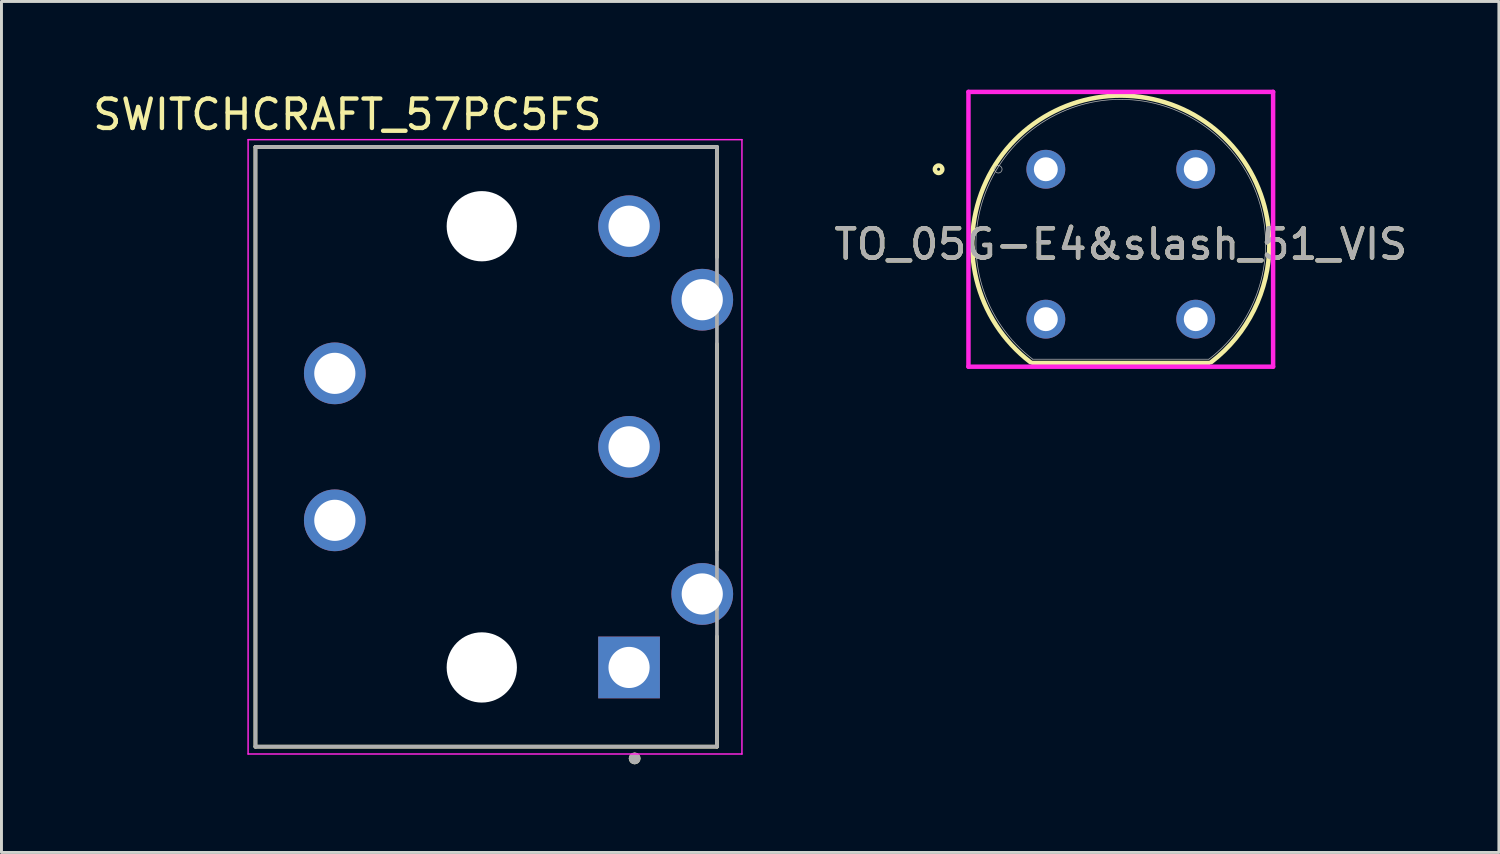
<source format=kicad_pcb>
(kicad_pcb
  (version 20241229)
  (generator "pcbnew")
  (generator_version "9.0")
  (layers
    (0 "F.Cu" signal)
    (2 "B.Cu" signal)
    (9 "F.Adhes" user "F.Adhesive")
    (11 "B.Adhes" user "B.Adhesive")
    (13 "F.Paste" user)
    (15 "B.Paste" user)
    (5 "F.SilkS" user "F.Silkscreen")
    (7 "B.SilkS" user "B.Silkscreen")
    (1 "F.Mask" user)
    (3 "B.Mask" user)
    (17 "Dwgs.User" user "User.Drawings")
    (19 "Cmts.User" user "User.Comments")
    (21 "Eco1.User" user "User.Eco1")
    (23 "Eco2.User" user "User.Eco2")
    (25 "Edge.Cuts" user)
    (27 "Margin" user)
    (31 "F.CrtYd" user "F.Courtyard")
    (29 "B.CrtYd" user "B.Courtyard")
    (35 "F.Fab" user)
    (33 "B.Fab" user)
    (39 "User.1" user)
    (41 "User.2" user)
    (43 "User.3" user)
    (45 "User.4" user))
  (footprint "TO_05G-E4&slash_51_VIS"
    (layer "F.Cu")
    (at 32.528 2.708)
    (property "Reference" "TO_05G-E4&slash_51_VIS" (at 2.55 2.55 0) (unlocked yes) (layer "F.SilkS") (effects (font (size 1 1) (thickness 0.15))))
    (attr through_hole)
    (fp_line (start -0.447 6.589) (end 5.547 6.589) (stroke (width 0.152) (type solid)) (layer "F.SilkS"))
    (fp_arc (start -0.523967 6.562419) (mid 0.31272 -1.982484) (end 7.604633 2.55) (stroke (width 0.1524) (type solid)) (layer "F.SilkS"))
    (fp_arc (start 7.604633 2.55) (mid 7.082519 4.787309) (end 5.62404 6.562413) (stroke (width 0.1524) (type solid)) (layer "F.SilkS"))
    (fp_circle (center -3.648 0) (end -3.521 0) (stroke (width 0.152) (type solid)) (fill no) (layer "F.SilkS"))
    (fp_line (start -2.632 -2.632) (end 7.732 -2.632) (stroke (width 0.152) (type solid)) (layer "F.CrtYd"))
    (fp_line (start -2.632 6.716) (end -2.632 -2.632) (stroke (width 0.152) (type solid)) (layer "F.CrtYd"))
    (fp_line (start 7.732 -2.632) (end 7.732 6.716) (stroke (width 0.152) (type solid)) (layer "F.CrtYd"))
    (fp_line (start 7.732 6.716) (end -2.632 6.716) (stroke (width 0.152) (type solid)) (layer "F.CrtYd"))
    (fp_line (start -0.447 6.462) (end 5.547 6.462) (stroke (width 0.025) (type solid)) (layer "F.Fab"))
    (fp_line (start -0.254 0) (end 0.254 0) (stroke (width 0.152) (type solid)) (layer "F.Fab"))
    (fp_line (start 0 0.254) (end 0 -0.254) (stroke (width 0.152) (type solid)) (layer "F.Fab"))
    (fp_arc (start -0.446732 6.461603) (mid 2.550031 -2.3776) (end 5.546802 6.461601) (stroke (width 0.0254) (type solid)) (layer "F.Fab"))
    (fp_circle (center -1.616 0) (end -1.489 0) (stroke (width 0.025) (type solid)) (fill no) (layer "F.Fab"))
    (fp_text user "${REFERENCE}" (at 2.55 2.55 0) (unlocked yes) (layer "F.Fab") (effects (font (size 1 1) (thickness 0.15))))
    (pad "1" thru_hole circle (at 0 0) (size 1.321 1.321) (drill 0.813) (layers "*.Cu" "*.Mask"))
    (pad "2" thru_hole circle (at 5.1 0) (size 1.321 1.321) (drill 0.813) (layers "*.Cu" "*.Mask"))
    (pad "3" thru_hole circle (at 0 5.1) (size 1.321 1.321) (drill 0.813) (layers "*.Cu" "*.Mask"))
    (pad "4" thru_hole circle (at 5.1 5.1) (size 1.321 1.321) (drill 0.813) (layers "*.Cu" "*.Mask")))
  (footprint "SWITCHCRAFT_57PC5FS"
    (layer "F.Cu")
    (at 13.34 12.151)
    (property "Reference" "SWITCHCRAFT_57PC5FS" (at -4.572 -11.303 0) (layer "F.SilkS") (effects (font (size 1 1) (thickness 0.15))))
    (attr through_hole)
    (fp_circle (center 0 -7.505) (end 0.725 -7.505) (stroke (width 1.449) (type solid)) (fill no) (layer "F.Mask"))
    (fp_circle (center 0 7.505) (end 0.725 7.505) (stroke (width 1.449) (type solid)) (fill no) (layer "F.Mask"))
    (fp_circle (center 0 -7.505) (end 0.725 -7.505) (stroke (width 1.449) (type solid)) (fill no) (layer "B.Mask"))
    (fp_circle (center 0 7.505) (end 0.725 7.505) (stroke (width 1.449) (type solid)) (fill no) (layer "B.Mask"))
    (fp_line (start -7.7 -10.2) (end 8 -10.2) (stroke (width 0.127) (type solid)) (layer "F.SilkS"))
    (fp_line (start -7.7 10.2) (end -7.7 -10.2) (stroke (width 0.127) (type solid)) (layer "F.SilkS"))
    (fp_line (start 8 -10.2) (end 8 -6.45) (stroke (width 0.127) (type solid)) (layer "F.SilkS"))
    (fp_line (start 8 -3.5) (end 8 3.5) (stroke (width 0.127) (type solid)) (layer "F.SilkS"))
    (fp_line (start 8 6.45) (end 8 10.2) (stroke (width 0.127) (type solid)) (layer "F.SilkS"))
    (fp_line (start 8 10.2) (end -7.7 10.2) (stroke (width 0.127) (type solid)) (layer "F.SilkS"))
    (fp_circle (center 5.2 10.6) (end 5.3 10.6) (stroke (width 0.2) (type solid)) (fill no) (layer "F.SilkS"))
    (fp_line (start -7.95 -10.45) (end 8.85 -10.45) (stroke (width 0.05) (type solid)) (layer "F.CrtYd"))
    (fp_line (start -7.95 10.45) (end -7.95 -10.45) (stroke (width 0.05) (type solid)) (layer "F.CrtYd"))
    (fp_line (start 8.85 -10.45) (end 8.85 10.45) (stroke (width 0.05) (type solid)) (layer "F.CrtYd"))
    (fp_line (start 8.85 10.45) (end -7.95 10.45) (stroke (width 0.05) (type solid)) (layer "F.CrtYd"))
    (fp_line (start -7.7 -10.2) (end 8 -10.2) (stroke (width 0.127) (type solid)) (layer "F.Fab"))
    (fp_line (start -7.7 10.2) (end -7.7 -10.2) (stroke (width 0.127) (type solid)) (layer "F.Fab"))
    (fp_line (start 8 -10.2) (end 8 10.2) (stroke (width 0.127) (type solid)) (layer "F.Fab"))
    (fp_line (start 8 10.2) (end -7.7 10.2) (stroke (width 0.127) (type solid)) (layer "F.Fab"))
    (fp_circle (center 5.2 10.6) (end 5.3 10.6) (stroke (width 0.2) (type solid)) (fill no) (layer "F.Fab"))
    (pad "" np_thru_hole circle (at 0 -7.505) (size 2.39 2.39) (drill 2.39) (layers "*.Cu" "*.Mask"))
    (pad "" np_thru_hole circle (at 0 7.505) (size 2.39 2.39) (drill 2.39) (layers "*.Cu" "*.Mask"))
    (pad "1" thru_hole rect (at 5.01 7.505) (size 2.1 2.1) (drill 1.4) (layers "*.Cu" "*.Mask"))
    (pad "2" thru_hole circle (at 5.01 0) (size 2.1 2.1) (drill 1.4) (layers "*.Cu" "*.Mask"))
    (pad "3" thru_hole circle (at 5.01 -7.505) (size 2.1 2.1) (drill 1.4) (layers "*.Cu" "*.Mask"))
    (pad "4" thru_hole circle (at 7.5 5.005) (size 2.1 2.1) (drill 1.4) (layers "*.Cu" "*.Mask"))
    (pad "5" thru_hole circle (at 7.5 -5.005) (size 2.1 2.1) (drill 1.4) (layers "*.Cu" "*.Mask"))
    (pad "G1" thru_hole circle (at -5 -2.5) (size 2.1 2.1) (drill 1.4) (layers "*.Cu" "*.Mask"))
    (pad "G2" thru_hole circle (at -5 2.5) (size 2.1 2.1) (drill 1.4) (layers "*.Cu" "*.Mask")))
  (gr_rect
    (start -3 -3)
    (end 47.941 25.951)
    (stroke (width 0.1) (type default))
    (fill no)
    (layer "Edge.Cuts")))
</source>
